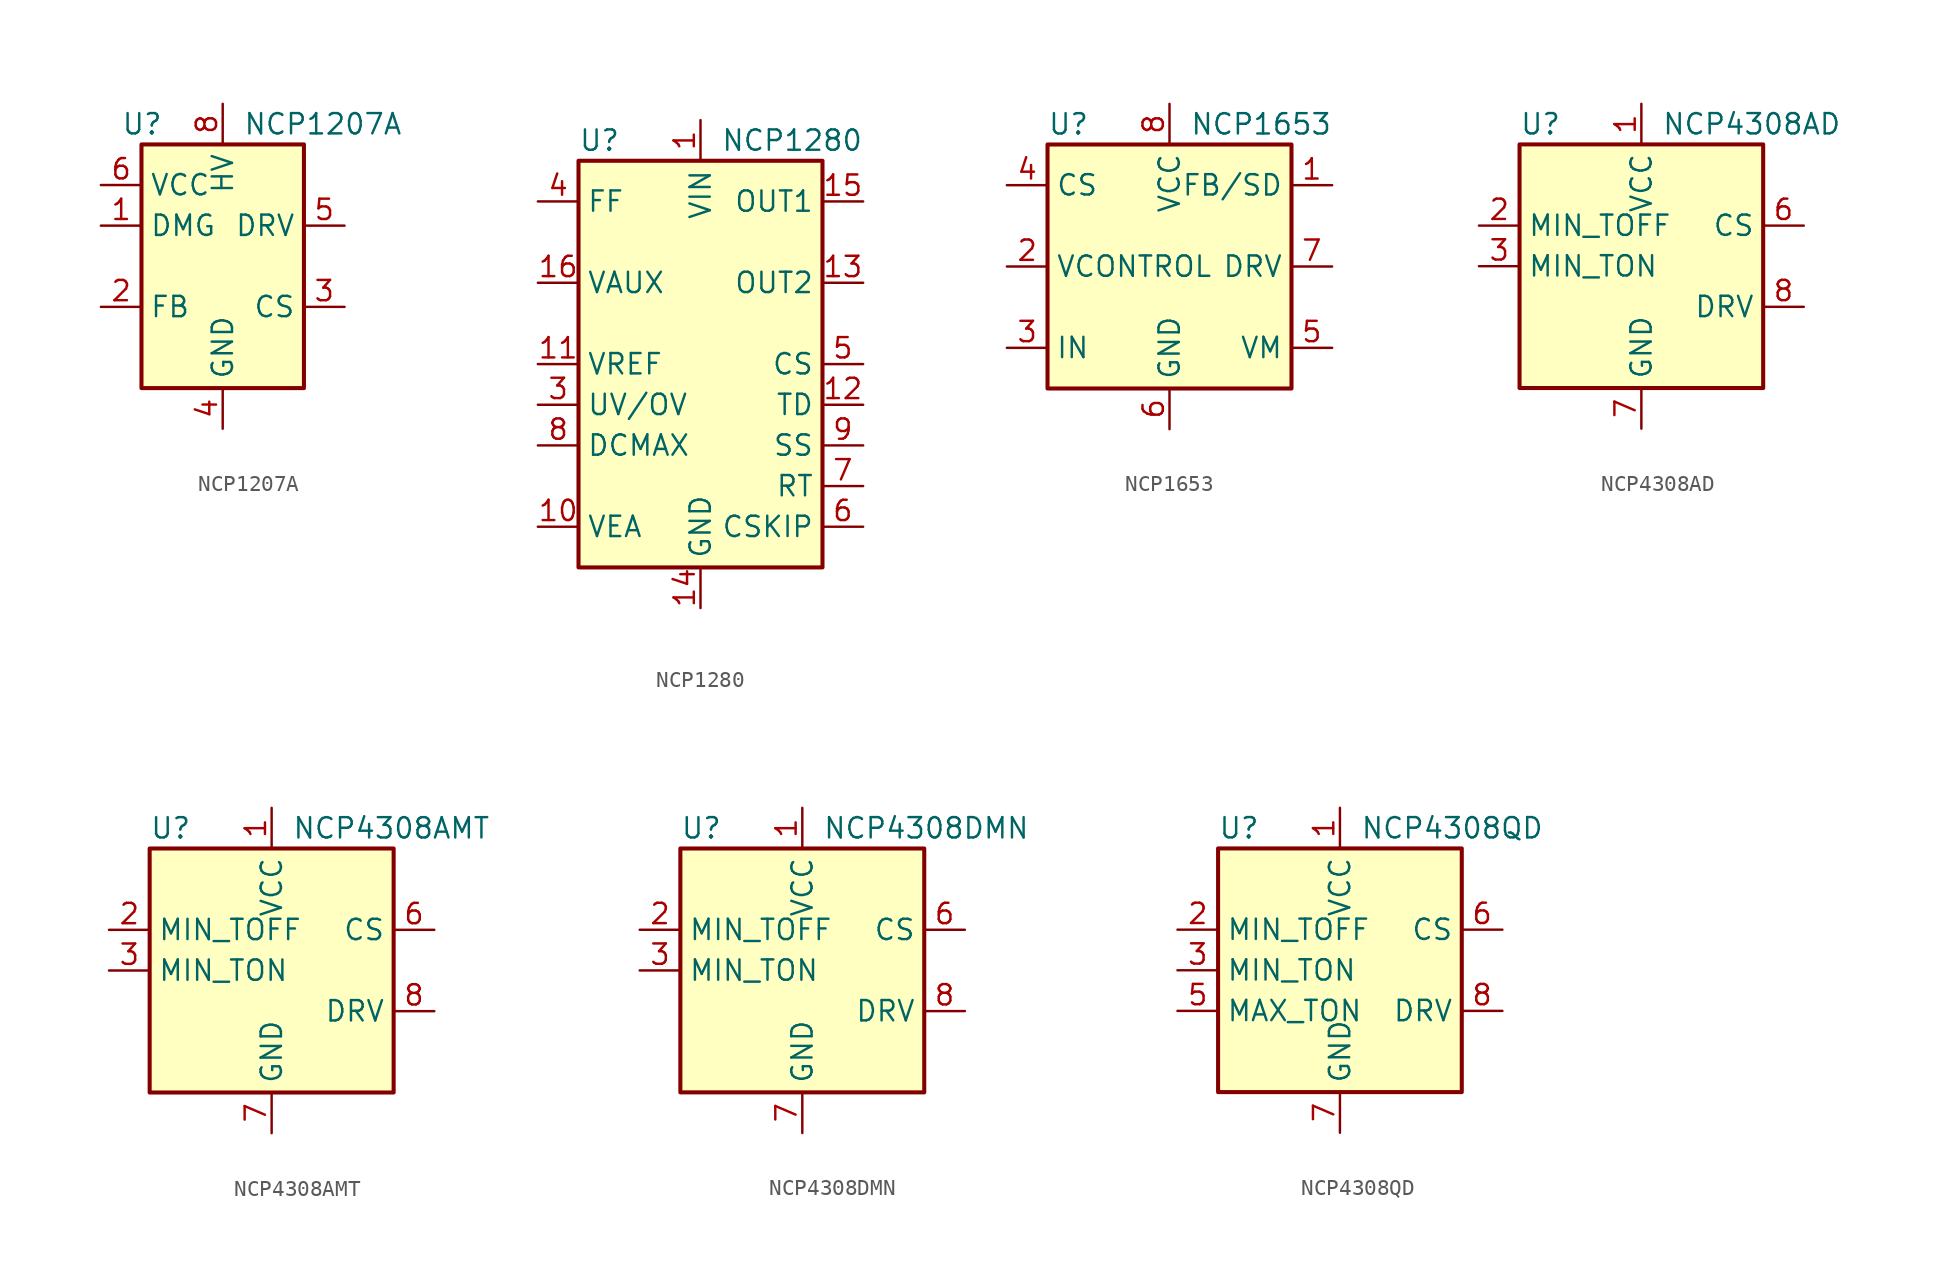
<source format=kicad_sym>
(kicad_symbol_lib
  (version 20200908)
  (generator kicad_symbol_editor)
  (symbol "Regulator_Controller:NCP1207A"
    (property "Reference" "U"
      (at -6.35 8.89 0)
      (effects (font (size 1.27 1.27)) (justify left)))
    (property "Value" "NCP1207A"
      (at 1.27 8.89 0)
      (effects (font (size 1.27 1.27)) (justify left)))
    (symbol "NCP1207A_0_0"
      (rectangle (start -5.08 7.62) (end 5.08 -7.62) (stroke (width 0.254)) (fill (type background))))
    (symbol "NCP1207A_1_1"
      (pin input line (at -7.62 2.54 0) (length 2.54) (name "DMG" (effects (font (size 1.27 1.27)))) (number "1" (effects (font (size 1.27 1.27)))))
      (pin input line (at -7.62 -2.54 0) (length 2.54) (name "FB" (effects (font (size 1.27 1.27)))) (number "2" (effects (font (size 1.27 1.27)))))
      (pin input line (at 7.62 -2.54 180) (length 2.54) (name "CS" (effects (font (size 1.27 1.27)))) (number "3" (effects (font (size 1.27 1.27)))))
      (pin power_in line (at 0 -10.16 90) (length 2.54) (name "GND" (effects (font (size 1.27 1.27)))) (number "4" (effects (font (size 1.27 1.27)))))
      (pin output line (at 7.62 2.54 180) (length 2.54) (name "DRV" (effects (font (size 1.27 1.27)))) (number "5" (effects (font (size 1.27 1.27)))))
      (pin power_in line (at -7.62 5.08 0) (length 2.54) (name "VCC" (effects (font (size 1.27 1.27)))) (number "6" (effects (font (size 1.27 1.27)))))
      (pin unconnected line (at -5.08 0 0) (length 2.54) hide (name "NC" (effects (font (size 1.27 1.27)))) (number "7" (effects (font (size 1.27 1.27)))))
      (pin input line (at 0 10.16 270) (length 2.54) (name "HV" (effects (font (size 1.27 1.27)))) (number "8" (effects (font (size 1.27 1.27)))))))
  (symbol "Regulator_Controller:NCP1280"
    (property "Reference" "U"
      (at -7.62 13.97 0)
      (effects (font (size 1.27 1.27)) (justify left)))
    (property "Value" "NCP1280"
      (at 1.27 13.97 0)
      (effects (font (size 1.27 1.27)) (justify left)))
    (symbol "NCP1280_0_0"
      (rectangle (start -7.62 12.7) (end 7.62 -12.7) (stroke (width 0.254)) (fill (type background))))
    (symbol "NCP1280_1_1"
      (pin power_in line (at 0 15.24 270) (length 2.54) (name "VIN" (effects (font (size 1.27 1.27)))) (number "1" (effects (font (size 1.27 1.27)))))
      (pin input line (at -10.16 -10.16 0) (length 2.54) (name "VEA" (effects (font (size 1.27 1.27)))) (number "10" (effects (font (size 1.27 1.27)))))
      (pin output line (at -10.16 0 0) (length 2.54) (name "VREF" (effects (font (size 1.27 1.27)))) (number "11" (effects (font (size 1.27 1.27)))))
      (pin passive line (at 10.16 -2.54 180) (length 2.54) (name "TD" (effects (font (size 1.27 1.27)))) (number "12" (effects (font (size 1.27 1.27)))))
      (pin output line (at 10.16 5.08 180) (length 2.54) (name "OUT2" (effects (font (size 1.27 1.27)))) (number "13" (effects (font (size 1.27 1.27)))))
      (pin power_in line (at 0 -15.24 90) (length 2.54) (name "GND" (effects (font (size 1.27 1.27)))) (number "14" (effects (font (size 1.27 1.27)))))
      (pin output line (at 10.16 10.16 180) (length 2.54) (name "OUT1" (effects (font (size 1.27 1.27)))) (number "15" (effects (font (size 1.27 1.27)))))
      (pin power_in line (at -10.16 5.08 0) (length 2.54) (name "VAUX" (effects (font (size 1.27 1.27)))) (number "16" (effects (font (size 1.27 1.27)))))
      (pin unconnected line (at -7.62 7.62 0) (length 2.54) hide (name "NC" (effects (font (size 1.27 1.27)))) (number "2" (effects (font (size 1.27 1.27)))))
      (pin input line (at -10.16 -2.54 0) (length 2.54) (name "UV/OV" (effects (font (size 1.27 1.27)))) (number "3" (effects (font (size 1.27 1.27)))))
      (pin passive line (at -10.16 10.16 0) (length 2.54) (name "FF" (effects (font (size 1.27 1.27)))) (number "4" (effects (font (size 1.27 1.27)))))
      (pin input line (at 10.16 0 180) (length 2.54) (name "CS" (effects (font (size 1.27 1.27)))) (number "5" (effects (font (size 1.27 1.27)))))
      (pin passive line (at 10.16 -10.16 180) (length 2.54) (name "CSKIP" (effects (font (size 1.27 1.27)))) (number "6" (effects (font (size 1.27 1.27)))))
      (pin passive line (at 10.16 -7.62 180) (length 2.54) (name "RT" (effects (font (size 1.27 1.27)))) (number "7" (effects (font (size 1.27 1.27)))))
      (pin input line (at -10.16 -5.08 0) (length 2.54) (name "DCMAX" (effects (font (size 1.27 1.27)))) (number "8" (effects (font (size 1.27 1.27)))))
      (pin passive line (at 10.16 -5.08 180) (length 2.54) (name "SS" (effects (font (size 1.27 1.27)))) (number "9" (effects (font (size 1.27 1.27)))))))
  (symbol "Regulator_Controller:NCP1653"
    (property "Reference" "U"
      (at -7.62 8.89 0)
      (effects (font (size 1.27 1.27)) (justify left)))
    (property "Value" "NCP1653"
      (at 1.27 8.89 0)
      (effects (font (size 1.27 1.27)) (justify left)))
    (symbol "NCP1653_0_0"
      (rectangle (start -7.62 7.62) (end 7.62 -7.62) (stroke (width 0.254)) (fill (type background))))
    (symbol "NCP1653_1_1"
      (pin input line (at 10.16 5.08 180) (length 2.54) (name "FB/SD" (effects (font (size 1.27 1.27)))) (number "1" (effects (font (size 1.27 1.27)))))
      (pin passive line (at -10.16 0 0) (length 2.54) (name "VCONTROL" (effects (font (size 1.27 1.27)))) (number "2" (effects (font (size 1.27 1.27)))))
      (pin input line (at -10.16 -5.08 0) (length 2.54) (name "IN" (effects (font (size 1.27 1.27)))) (number "3" (effects (font (size 1.27 1.27)))))
      (pin input line (at -10.16 5.08 0) (length 2.54) (name "CS" (effects (font (size 1.27 1.27)))) (number "4" (effects (font (size 1.27 1.27)))))
      (pin passive line (at 10.16 -5.08 180) (length 2.54) (name "VM" (effects (font (size 1.27 1.27)))) (number "5" (effects (font (size 1.27 1.27)))))
      (pin power_in line (at 0 -10.16 90) (length 2.54) (name "GND" (effects (font (size 1.27 1.27)))) (number "6" (effects (font (size 1.27 1.27)))))
      (pin output line (at 10.16 0 180) (length 2.54) (name "DRV" (effects (font (size 1.27 1.27)))) (number "7" (effects (font (size 1.27 1.27)))))
      (pin power_in line (at 0 10.16 270) (length 2.54) (name "VCC" (effects (font (size 1.27 1.27)))) (number "8" (effects (font (size 1.27 1.27)))))))
  (symbol "Regulator_Controller:NCP4308AD"
    (property "Reference" "U"
      (at -7.62 8.89 0)
      (effects (font (size 1.27 1.27)) (justify left)))
    (property "Value" "NCP4308AD"
      (at 1.27 8.89 0)
      (effects (font (size 1.27 1.27)) (justify left)))
    (symbol "NCP4308AD_0_1"
      (rectangle (start -7.62 7.62) (end 7.62 -7.62) (stroke (width 0.254)) (fill (type background))))
    (symbol "NCP4308AD_1_1"
      (pin power_in line (at 0 10.16 270) (length 2.54) (name "VCC" (effects (font (size 1.27 1.27)))) (number "1" (effects (font (size 1.27 1.27)))))
      (pin passive line (at -10.16 2.54 0) (length 2.54) (name "MIN_TOFF" (effects (font (size 1.27 1.27)))) (number "2" (effects (font (size 1.27 1.27)))))
      (pin passive line (at -10.16 0 0) (length 2.54) (name "MIN_TON" (effects (font (size 1.27 1.27)))) (number "3" (effects (font (size 1.27 1.27)))))
      (pin unconnected line (at 7.62 -5.08 180) (length 2.54) hide (name "NC" (effects (font (size 1.27 1.27)))) (number "4" (effects (font (size 1.27 1.27)))))
      (pin unconnected line (at 7.62 -7.62 180) (length 2.54) hide (name "NC" (effects (font (size 1.27 1.27)))) (number "5" (effects (font (size 1.27 1.27)))))
      (pin input line (at 10.16 2.54 180) (length 2.54) (name "CS" (effects (font (size 1.27 1.27)))) (number "6" (effects (font (size 1.27 1.27)))))
      (pin power_in line (at 0 -10.16 90) (length 2.54) (name "GND" (effects (font (size 1.27 1.27)))) (number "7" (effects (font (size 1.27 1.27)))))
      (pin output line (at 10.16 -2.54 180) (length 2.54) (name "DRV" (effects (font (size 1.27 1.27)))) (number "8" (effects (font (size 1.27 1.27)))))))
  (symbol "Regulator_Controller:NCP4308AMT"
    (property "Reference" "U"
      (at -7.62 8.89 0)
      (effects (font (size 1.27 1.27)) (justify left)))
    (property "Value" "NCP4308AMT"
      (at 1.27 8.89 0)
      (effects (font (size 1.27 1.27)) (justify left)))
    (symbol "NCP4308AMT_0_1"
      (rectangle (start -7.62 7.62) (end 7.62 -7.62) (stroke (width 0.254)) (fill (type background))))
    (symbol "NCP4308AMT_1_1"
      (pin power_in line (at 0 10.16 270) (length 2.54) (name "VCC" (effects (font (size 1.27 1.27)))) (number "1" (effects (font (size 1.27 1.27)))))
      (pin passive line (at -10.16 2.54 0) (length 2.54) (name "MIN_TOFF" (effects (font (size 1.27 1.27)))) (number "2" (effects (font (size 1.27 1.27)))))
      (pin passive line (at -10.16 0 0) (length 2.54) (name "MIN_TON" (effects (font (size 1.27 1.27)))) (number "3" (effects (font (size 1.27 1.27)))))
      (pin unconnected line (at 7.62 -5.08 180) (length 2.54) hide (name "NC" (effects (font (size 1.27 1.27)))) (number "4" (effects (font (size 1.27 1.27)))))
      (pin unconnected line (at 7.62 -7.62 180) (length 2.54) hide (name "NC" (effects (font (size 1.27 1.27)))) (number "5" (effects (font (size 1.27 1.27)))))
      (pin input line (at 10.16 2.54 180) (length 2.54) (name "CS" (effects (font (size 1.27 1.27)))) (number "6" (effects (font (size 1.27 1.27)))))
      (pin power_in line (at 0 -10.16 90) (length 2.54) (name "GND" (effects (font (size 1.27 1.27)))) (number "7" (effects (font (size 1.27 1.27)))))
      (pin output line (at 10.16 -2.54 180) (length 2.54) (name "DRV" (effects (font (size 1.27 1.27)))) (number "8" (effects (font (size 1.27 1.27)))))))
  (symbol "Regulator_Controller:NCP4308DMN"
    (property "Reference" "U"
      (at -7.62 8.89 0)
      (effects (font (size 1.27 1.27)) (justify left)))
    (property "Value" "NCP4308DMN"
      (at 1.27 8.89 0)
      (effects (font (size 1.27 1.27)) (justify left)))
    (symbol "NCP4308DMN_0_1"
      (rectangle (start -7.62 7.62) (end 7.62 -7.62) (stroke (width 0.254)) (fill (type background))))
    (symbol "NCP4308DMN_1_1"
      (pin power_in line (at 0 10.16 270) (length 2.54) (name "VCC" (effects (font (size 1.27 1.27)))) (number "1" (effects (font (size 1.27 1.27)))))
      (pin passive line (at -10.16 2.54 0) (length 2.54) (name "MIN_TOFF" (effects (font (size 1.27 1.27)))) (number "2" (effects (font (size 1.27 1.27)))))
      (pin passive line (at -10.16 0 0) (length 2.54) (name "MIN_TON" (effects (font (size 1.27 1.27)))) (number "3" (effects (font (size 1.27 1.27)))))
      (pin unconnected line (at 7.62 -5.08 180) (length 2.54) hide (name "NC" (effects (font (size 1.27 1.27)))) (number "4" (effects (font (size 1.27 1.27)))))
      (pin unconnected line (at 7.62 -7.62 180) (length 2.54) hide (name "NC" (effects (font (size 1.27 1.27)))) (number "5" (effects (font (size 1.27 1.27)))))
      (pin input line (at 10.16 2.54 180) (length 2.54) (name "CS" (effects (font (size 1.27 1.27)))) (number "6" (effects (font (size 1.27 1.27)))))
      (pin power_in line (at 0 -10.16 90) (length 2.54) (name "GND" (effects (font (size 1.27 1.27)))) (number "7" (effects (font (size 1.27 1.27)))))
      (pin output line (at 10.16 -2.54 180) (length 2.54) (name "DRV" (effects (font (size 1.27 1.27)))) (number "8" (effects (font (size 1.27 1.27)))))))
  (symbol "Regulator_Controller:NCP4308QD"
    (property "Reference" "U"
      (at -7.62 8.89 0)
      (effects (font (size 1.27 1.27)) (justify left)))
    (property "Value" "NCP4308QD"
      (at 1.27 8.89 0)
      (effects (font (size 1.27 1.27)) (justify left)))
    (symbol "NCP4308QD_0_1"
      (rectangle (start -7.62 7.62) (end 7.62 -7.62) (stroke (width 0.254)) (fill (type background))))
    (symbol "NCP4308QD_1_1"
      (pin power_in line (at 0 10.16 270) (length 2.54) (name "VCC" (effects (font (size 1.27 1.27)))) (number "1" (effects (font (size 1.27 1.27)))))
      (pin passive line (at -10.16 2.54 0) (length 2.54) (name "MIN_TOFF" (effects (font (size 1.27 1.27)))) (number "2" (effects (font (size 1.27 1.27)))))
      (pin passive line (at -10.16 0 0) (length 2.54) (name "MIN_TON" (effects (font (size 1.27 1.27)))) (number "3" (effects (font (size 1.27 1.27)))))
      (pin unconnected line (at 7.62 -5.08 180) (length 2.54) hide (name "NC" (effects (font (size 1.27 1.27)))) (number "4" (effects (font (size 1.27 1.27)))))
      (pin passive line (at -10.16 -2.54 0) (length 2.54) (name "MAX_TON" (effects (font (size 1.27 1.27)))) (number "5" (effects (font (size 1.27 1.27)))))
      (pin input line (at 10.16 2.54 180) (length 2.54) (name "CS" (effects (font (size 1.27 1.27)))) (number "6" (effects (font (size 1.27 1.27)))))
      (pin power_in line (at 0 -10.16 90) (length 2.54) (name "GND" (effects (font (size 1.27 1.27)))) (number "7" (effects (font (size 1.27 1.27)))))
      (pin output line (at 10.16 -2.54 180) (length 2.54) (name "DRV" (effects (font (size 1.27 1.27)))) (number "8" (effects (font (size 1.27 1.27))))))))
</source>
